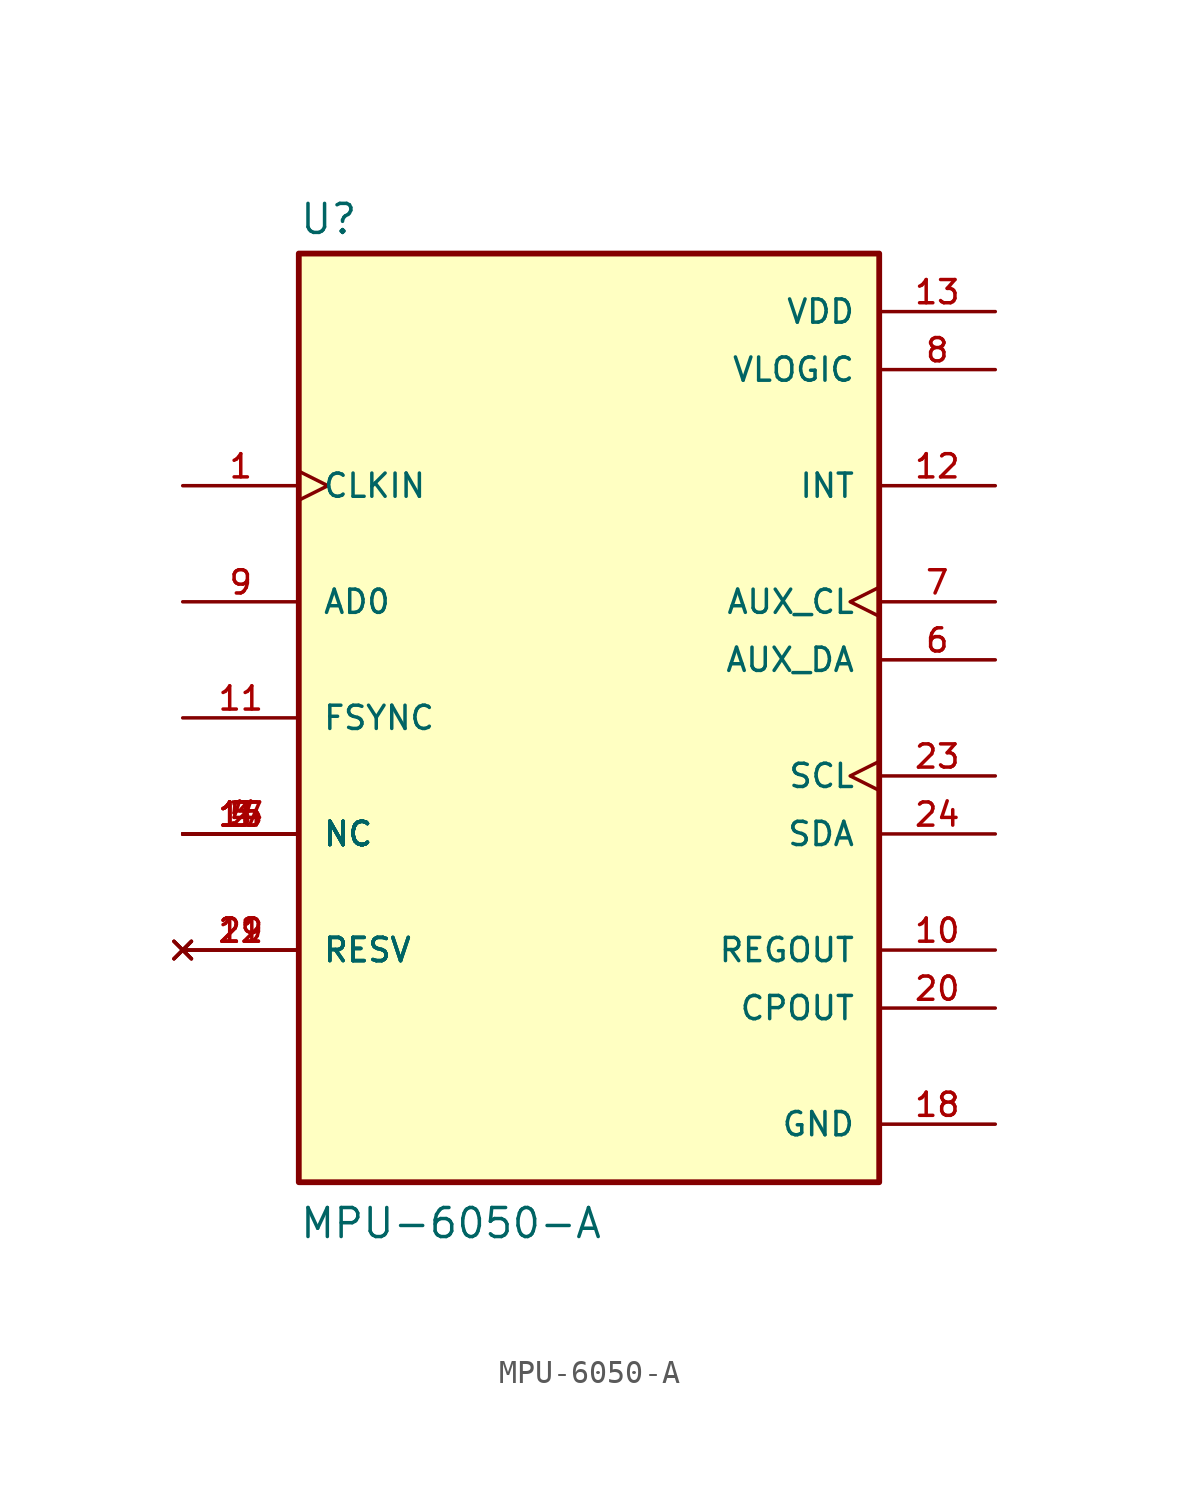
<source format=kicad_sym>
(kicad_symbol_lib
  (version 20211014)
  (generator kicad_symbol_editor)
  (symbol "MPU-6050-A"
    (pin_names
      (offset 1.016))
    (property "Reference" "U"
      (at -12.7 21.082 0)
      (effects (font (size 1.27 1.27)) (justify bottom left)))
    (property "Value" "MPU-6050-A"
      (at -12.7 -22.86 0)
      (effects (font (size 1.27 1.27)) (justify bottom left)))
    (symbol "MPU-6050-A_0_0"
      (rectangle (start -12.7 -20.32) (end 12.7 20.32) (stroke (width 0.254)) (fill (type background)))
      (pin input clock (at -17.78 10.16 0) (length 5.08) (name "CLKIN" (effects (font (size 1.016 1.016)))) (number "1" (effects (font (size 1.016 1.016)))))
      (pin passive line (at -17.78 -5.08 0) (length 5.08) (name "NC" (effects (font (size 1.016 1.016)))) (number "2" (effects (font (size 1.016 1.016)))))
      (pin passive line (at -17.78 -5.08 0) (length 5.08) (name "NC" (effects (font (size 1.016 1.016)))) (number "3" (effects (font (size 1.016 1.016)))))
      (pin passive line (at -17.78 -5.08 0) (length 5.08) (name "NC" (effects (font (size 1.016 1.016)))) (number "4" (effects (font (size 1.016 1.016)))))
      (pin passive line (at -17.78 -5.08 0) (length 5.08) (name "NC" (effects (font (size 1.016 1.016)))) (number "5" (effects (font (size 1.016 1.016)))))
      (pin passive line (at -17.78 -5.08 0) (length 5.08) (name "NC" (effects (font (size 1.016 1.016)))) (number "14" (effects (font (size 1.016 1.016)))))
      (pin passive line (at -17.78 -5.08 0) (length 5.08) (name "NC" (effects (font (size 1.016 1.016)))) (number "15" (effects (font (size 1.016 1.016)))))
      (pin passive line (at -17.78 -5.08 0) (length 5.08) (name "NC" (effects (font (size 1.016 1.016)))) (number "16" (effects (font (size 1.016 1.016)))))
      (pin passive line (at -17.78 -5.08 0) (length 5.08) (name "NC" (effects (font (size 1.016 1.016)))) (number "17" (effects (font (size 1.016 1.016)))))
      (pin bidirectional line (at 17.78 2.54 180.0) (length 5.08) (name "AUX_DA" (effects (font (size 1.016 1.016)))) (number "6" (effects (font (size 1.016 1.016)))))
      (pin output clock (at 17.78 5.08 180.0) (length 5.08) (name "AUX_CL" (effects (font (size 1.016 1.016)))) (number "7" (effects (font (size 1.016 1.016)))))
      (pin power_in line (at 17.78 15.24 180.0) (length 5.08) (name "VLOGIC" (effects (font (size 1.016 1.016)))) (number "8" (effects (font (size 1.016 1.016)))))
      (pin input line (at -17.78 5.08 0) (length 5.08) (name "AD0" (effects (font (size 1.016 1.016)))) (number "9" (effects (font (size 1.016 1.016)))))
      (pin passive line (at 17.78 -10.16 180.0) (length 5.08) (name "REGOUT" (effects (font (size 1.016 1.016)))) (number "10" (effects (font (size 1.016 1.016)))))
      (pin input line (at -17.78 0.0 0) (length 5.08) (name "FSYNC" (effects (font (size 1.016 1.016)))) (number "11" (effects (font (size 1.016 1.016)))))
      (pin output line (at 17.78 10.16 180.0) (length 5.08) (name "INT" (effects (font (size 1.016 1.016)))) (number "12" (effects (font (size 1.016 1.016)))))
      (pin power_in line (at 17.78 17.78 180.0) (length 5.08) (name "VDD" (effects (font (size 1.016 1.016)))) (number "13" (effects (font (size 1.016 1.016)))))
      (pin power_in line (at 17.78 -17.78 180.0) (length 5.08) (name "GND" (effects (font (size 1.016 1.016)))) (number "18" (effects (font (size 1.016 1.016)))))
      (pin no_connect line (at -17.78 -10.16 0) (length 5.08) (name "RESV" (effects (font (size 1.016 1.016)))) (number "19" (effects (font (size 1.016 1.016)))))
      (pin no_connect line (at -17.78 -10.16 0) (length 5.08) (name "RESV" (effects (font (size 1.016 1.016)))) (number "21" (effects (font (size 1.016 1.016)))))
      (pin no_connect line (at -17.78 -10.16 0) (length 5.08) (name "RESV" (effects (font (size 1.016 1.016)))) (number "22" (effects (font (size 1.016 1.016)))))
      (pin passive line (at 17.78 -12.7 180.0) (length 5.08) (name "CPOUT" (effects (font (size 1.016 1.016)))) (number "20" (effects (font (size 1.016 1.016)))))
      (pin input clock (at 17.78 -2.54 180.0) (length 5.08) (name "SCL" (effects (font (size 1.016 1.016)))) (number "23" (effects (font (size 1.016 1.016)))))
      (pin bidirectional line (at 17.78 -5.08 180.0) (length 5.08) (name "SDA" (effects (font (size 1.016 1.016)))) (number "24" (effects (font (size 1.016 1.016))))))))
</source>
